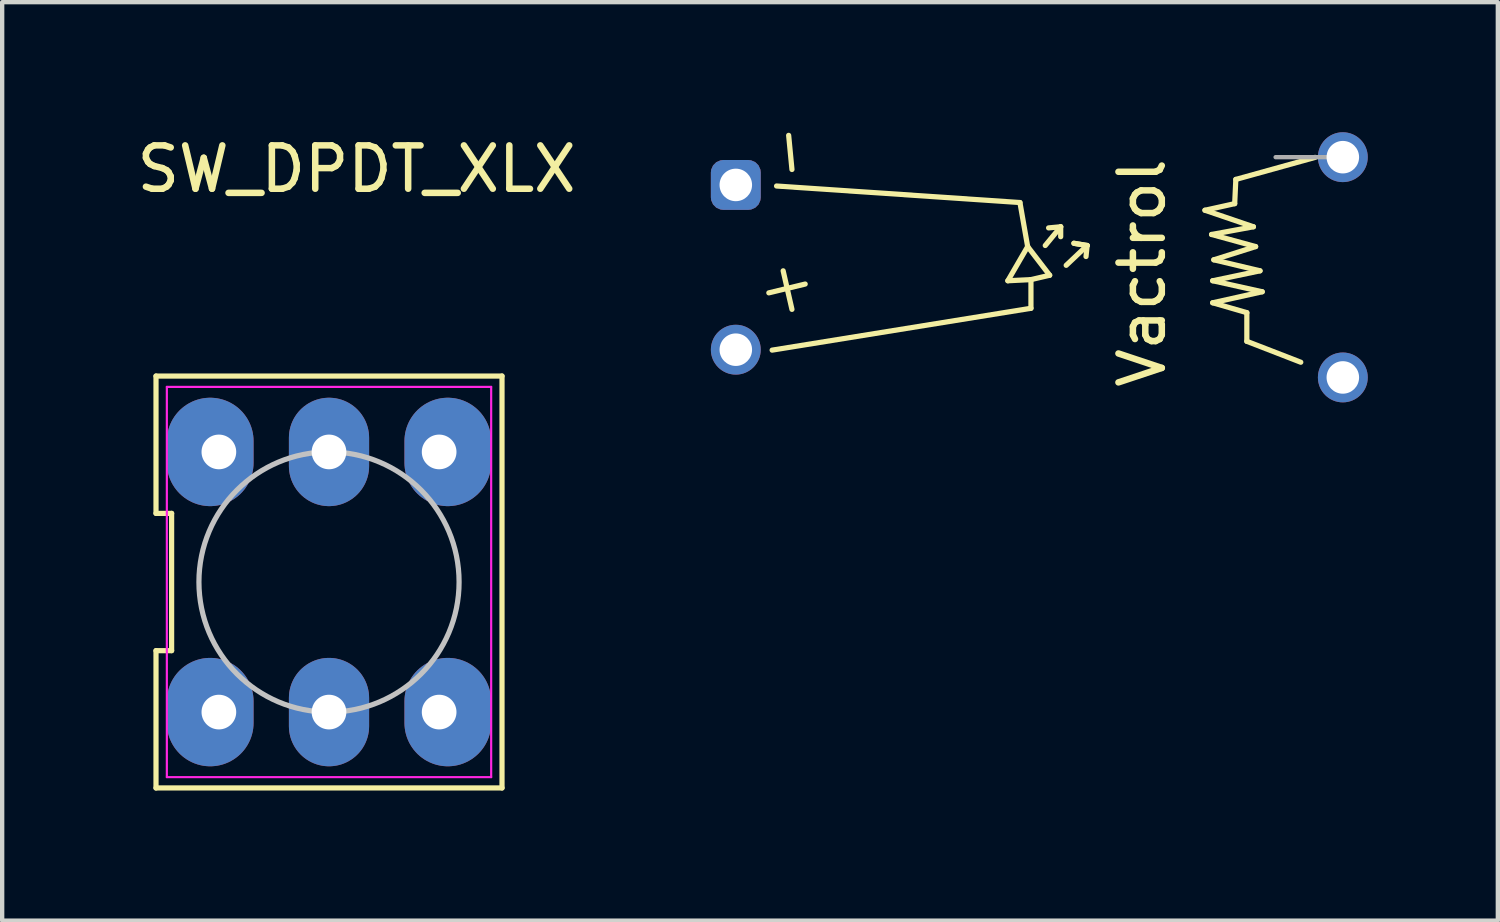
<source format=kicad_pcb>
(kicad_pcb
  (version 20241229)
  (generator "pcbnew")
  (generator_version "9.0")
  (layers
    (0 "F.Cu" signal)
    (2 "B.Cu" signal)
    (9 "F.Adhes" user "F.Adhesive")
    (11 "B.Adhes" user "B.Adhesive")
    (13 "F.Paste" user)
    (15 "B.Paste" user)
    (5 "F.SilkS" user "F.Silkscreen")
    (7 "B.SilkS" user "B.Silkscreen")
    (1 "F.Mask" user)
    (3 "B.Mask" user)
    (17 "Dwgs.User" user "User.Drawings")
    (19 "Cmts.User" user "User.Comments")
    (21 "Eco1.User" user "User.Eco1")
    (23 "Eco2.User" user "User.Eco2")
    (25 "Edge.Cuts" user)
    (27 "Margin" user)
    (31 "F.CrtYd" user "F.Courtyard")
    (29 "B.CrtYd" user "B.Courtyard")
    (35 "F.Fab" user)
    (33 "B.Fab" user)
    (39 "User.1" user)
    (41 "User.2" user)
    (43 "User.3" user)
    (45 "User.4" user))
  (footprint "Vactrol"
    (layer "F.Cu")
    (at 13.92 1.215)
    (property "Reference" "Vactrol" (at 9.37 2.03 90) (layer "F.SilkS") (effects (font (size 1 1) (thickness 0.15))))
    (attr through_hole)
    (fp_line (start 0.838 3.81) (end 6.807 2.845) (stroke (width 0.12) (type default)) (layer "F.SilkS"))
    (fp_line (start 1.092 1.981) (end 1.295 2.87) (stroke (width 0.12) (type default)) (layer "F.SilkS"))
    (fp_line (start 1.219 -1.143) (end 1.295 -0.356) (stroke (width 0.12) (type default)) (layer "F.SilkS"))
    (fp_line (start 1.6 2.286) (end 0.762 2.489) (stroke (width 0.12) (type default)) (layer "F.SilkS"))
    (fp_line (start 6.274 2.21) (end 6.731 1.422) (stroke (width 0.12) (type default)) (layer "F.SilkS"))
    (fp_line (start 6.553 0.406) (end 0.94 0.025) (stroke (width 0.12) (type default)) (layer "F.SilkS"))
    (fp_line (start 6.731 1.422) (end 6.553 0.406) (stroke (width 0.12) (type default)) (layer "F.SilkS"))
    (fp_line (start 6.731 1.422) (end 7.239 2.083) (stroke (width 0.12) (type default)) (layer "F.SilkS"))
    (fp_line (start 6.807 2.184) (end 6.274 2.21) (stroke (width 0.12) (type default)) (layer "F.SilkS"))
    (fp_line (start 6.807 2.845) (end 6.807 2.184) (stroke (width 0.12) (type default)) (layer "F.SilkS"))
    (fp_line (start 7.137 1.397) (end 7.493 0.965) (stroke (width 0.12) (type default)) (layer "F.SilkS"))
    (fp_line (start 7.214 0.991) (end 7.493 0.965) (stroke (width 0.12) (type default)) (layer "F.SilkS"))
    (fp_line (start 7.239 2.083) (end 6.807 2.184) (stroke (width 0.12) (type default)) (layer "F.SilkS"))
    (fp_line (start 7.493 1.194) (end 7.493 0.965) (stroke (width 0.12) (type default)) (layer "F.SilkS"))
    (fp_line (start 7.62 1.854) (end 8.103 1.397) (stroke (width 0.12) (type default)) (layer "F.SilkS"))
    (fp_line (start 7.798 1.346) (end 8.103 1.397) (stroke (width 0.12) (type default)) (layer "F.SilkS"))
    (fp_line (start 8.077 1.651) (end 8.103 1.397) (stroke (width 0.12) (type default)) (layer "F.SilkS"))
    (fp_line (start 8.103 1.397) (end 7.798 1.346) (stroke (width 0.12) (type default)) (layer "F.SilkS"))
    (fp_line (start 10.82 0.584) (end 11.506 0.432) (stroke (width 0.12) (type default)) (layer "F.SilkS"))
    (fp_line (start 10.973 1.143) (end 11.938 0.965) (stroke (width 0.12) (type default)) (layer "F.SilkS"))
    (fp_line (start 10.998 2.21) (end 12.09 1.981) (stroke (width 0.12) (type default)) (layer "F.SilkS"))
    (fp_line (start 10.998 2.718) (end 12.141 2.464) (stroke (width 0.12) (type default)) (layer "F.SilkS"))
    (fp_line (start 11.024 1.727) (end 11.989 1.422) (stroke (width 0.12) (type default)) (layer "F.SilkS"))
    (fp_line (start 11.506 0.432) (end 11.532 -0.127) (stroke (width 0.12) (type default)) (layer "F.SilkS"))
    (fp_line (start 11.532 -0.127) (end 13.36 -0.635) (stroke (width 0.12) (type default)) (layer "F.SilkS"))
    (fp_line (start 11.786 2.946) (end 10.998 2.718) (stroke (width 0.12) (type default)) (layer "F.SilkS"))
    (fp_line (start 11.786 3.607) (end 11.786 2.946) (stroke (width 0.12) (type default)) (layer "F.SilkS"))
    (fp_line (start 11.938 0.965) (end 10.82 0.584) (stroke (width 0.12) (type default)) (layer "F.SilkS"))
    (fp_line (start 11.989 1.422) (end 10.973 1.143) (stroke (width 0.12) (type default)) (layer "F.SilkS"))
    (fp_line (start 12.09 1.981) (end 11.024 1.727) (stroke (width 0.12) (type default)) (layer "F.SilkS"))
    (fp_line (start 12.141 2.464) (end 10.998 2.21) (stroke (width 0.12) (type default)) (layer "F.SilkS"))
    (fp_line (start 13.03 4.089) (end 11.786 3.607) (stroke (width 0.12) (type default)) (layer "F.SilkS"))
    (fp_line (start 14.3 -0.64) (end 12.45 -0.64) (stroke (width 0.1) (type solid)) (layer "F.Fab"))
    (pad "1" thru_hole roundrect (at 0 0) (size 1.15 1.15) (drill 0.75) (layers "*.Cu" "*.Mask") (roundrect_rratio 0.25))
    (pad "2" thru_hole circle (at 0 3.8) (size 1.15 1.15) (drill 0.75) (layers "*.Cu" "*.Mask"))
    (pad "3" thru_hole circle (at 14 -0.64) (size 1.15 1.15) (drill 0.75) (layers "*.Cu" "*.Mask"))
    (pad "4" thru_hole circle (at 14 4.44) (size 1.15 1.15) (drill 0.75) (layers "*.Cu" "*.Mask")))
  (footprint "SW_DPDT_XLX"
    (layer "F.Cu")
    (at 4.538 10.373)
    (property "Reference" "SW_DPDT_XLX" (at 0.635 -9.525 180) (layer "F.SilkS") (effects (font (size 1 1) (thickness 0.15))))
    (attr through_hole)
    (fp_line (start -3.99 -1.583) (end -3.63 -1.583) (stroke (width 0.12) (type solid)) (layer "F.SilkS"))
    (fp_line (start -3.99 1.583) (end -3.99 4.75) (stroke (width 0.12) (type solid)) (layer "F.SilkS"))
    (fp_line (start -3.99 4.75) (end 3.99 4.75) (stroke (width 0.12) (type solid)) (layer "F.SilkS"))
    (fp_line (start -3.99 -4.75) (end -3.99 -1.583) (stroke (width 0.12) (type solid)) (layer "F.SilkS"))
    (fp_line (start -3.63 -1.583) (end -3.63 1.583) (stroke (width 0.12) (type solid)) (layer "F.SilkS"))
    (fp_line (start -3.63 1.583) (end -3.99 1.583) (stroke (width 0.12) (type solid)) (layer "F.SilkS"))
    (fp_line (start 3.99 4.75) (end 3.99 -4.75) (stroke (width 0.12) (type solid)) (layer "F.SilkS"))
    (fp_line (start 3.99 -4.75) (end -3.99 -4.75) (stroke (width 0.12) (type solid)) (layer "F.SilkS"))
    (fp_circle (center 0 0) (end 3 0) (stroke (width 0.12) (type solid)) (fill no) (layer "Dwgs.User"))
    (fp_line (start -3.74 -4.5) (end 3.74 -4.5) (stroke (width 0.05) (type solid)) (layer "F.CrtYd"))
    (fp_line (start -3.74 4.5) (end -3.74 -4.5) (stroke (width 0.05) (type solid)) (layer "F.CrtYd"))
    (fp_line (start 3.74 -4.5) (end 3.74 4.5) (stroke (width 0.05) (type solid)) (layer "F.CrtYd"))
    (fp_line (start 3.74 4.5) (end -3.74 4.5) (stroke (width 0.05) (type solid)) (layer "F.CrtYd"))
    (pad "1" thru_hole oval (at -2.54 3) (size 2 2.5) (drill 0.8 (offset -0.2 0)) (layers "*.Cu" "*.Mask"))
    (pad "2" thru_hole oval (at 2.54 3) (size 2 2.5) (drill 0.8 (offset 0.2 0)) (layers "*.Cu" "*.Mask"))
    (pad "3" thru_hole oval (at 0 3) (size 1.85 2.5) (drill 0.8) (layers "*.Cu" "*.Mask"))
    (pad "4" thru_hole oval (at 2.54 -3) (size 2 2.5) (drill 0.8 (offset 0.2 0)) (layers "*.Cu" "*.Mask"))
    (pad "5" thru_hole oval (at -2.54 -3) (size 2 2.5) (drill 0.8 (offset -0.2 0)) (layers "*.Cu" "*.Mask"))
    (pad "6" thru_hole oval (at 0 -3) (size 1.85 2.5) (drill 0.8) (layers "*.Cu" "*.Mask")))
  (gr_rect
    (start -3 -3)
    (end 31.495 18.183)
    (stroke (width 0.1) (type default))
    (fill no)
    (layer "Edge.Cuts")))
</source>
